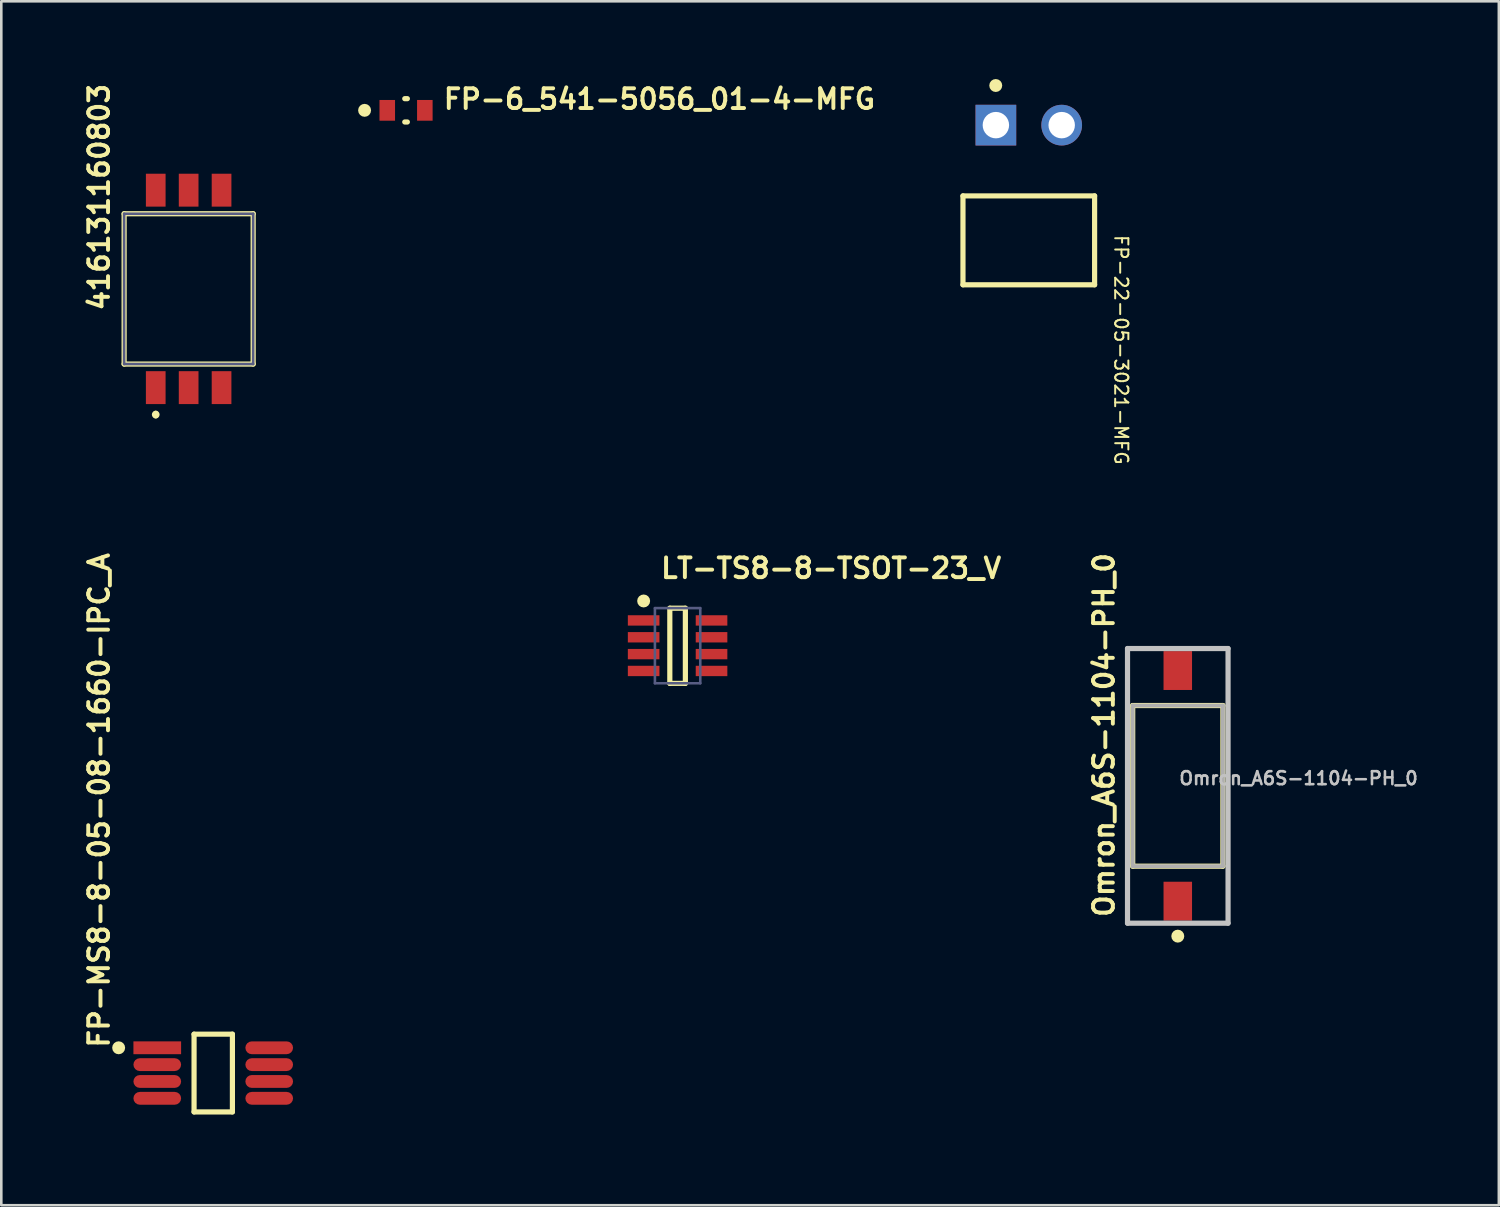
<source format=kicad_pcb>
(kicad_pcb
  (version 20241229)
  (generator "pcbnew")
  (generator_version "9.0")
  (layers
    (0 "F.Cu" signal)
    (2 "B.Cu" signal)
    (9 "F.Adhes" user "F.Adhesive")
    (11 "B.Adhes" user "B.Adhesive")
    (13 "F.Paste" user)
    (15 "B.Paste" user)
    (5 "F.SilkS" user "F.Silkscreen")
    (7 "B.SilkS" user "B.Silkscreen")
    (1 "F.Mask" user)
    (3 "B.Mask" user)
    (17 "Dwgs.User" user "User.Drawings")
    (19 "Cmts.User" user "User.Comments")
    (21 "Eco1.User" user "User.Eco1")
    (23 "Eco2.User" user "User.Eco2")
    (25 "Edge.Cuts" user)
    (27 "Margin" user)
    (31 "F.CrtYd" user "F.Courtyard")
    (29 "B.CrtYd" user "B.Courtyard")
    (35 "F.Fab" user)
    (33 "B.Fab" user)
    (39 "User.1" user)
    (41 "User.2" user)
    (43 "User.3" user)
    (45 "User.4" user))
  (footprint "416131160803"
    (layer "F.Cu")
    (at 4.23 8.099)
    (property "Reference" "416131160803" (at -3.01 0.915 90) (unlocked yes) (layer "F.SilkS") (effects (font (size 0.762 0.762) (thickness 0.152)) (justify left bottom)))
    (fp_line (start -2.49 -2.9) (end 2.49 -2.9) (stroke (width 0.2) (type solid)) (layer "F.SilkS"))
    (fp_line (start -2.49 2.9) (end -2.49 -2.9) (stroke (width 0.2) (type solid)) (layer "F.SilkS"))
    (fp_line (start -2.49 2.9) (end 2.49 2.9) (stroke (width 0.2) (type solid)) (layer "F.SilkS"))
    (fp_line (start 2.49 2.9) (end 2.49 -2.9) (stroke (width 0.2) (type solid)) (layer "F.SilkS"))
    (fp_arc (start -1.27 4.8) (mid -1.22 4.85) (end -1.27 4.9) (stroke (width 0.2) (type solid)) (layer "F.SilkS"))
    (fp_arc (start -1.27 4.9) (mid -1.32 4.85) (end -1.27 4.8) (stroke (width 0.2) (type solid)) (layer "F.SilkS"))
    (fp_line (start -3.49 -5.445) (end 3.49 -5.445) (stroke (width 0.1) (type solid)) (layer "Eco1.User"))
    (fp_line (start -3.49 5.445) (end -3.49 -5.445) (stroke (width 0.1) (type solid)) (layer "Eco1.User"))
    (fp_line (start -3.49 5.445) (end 3.49 5.445) (stroke (width 0.1) (type solid)) (layer "Eco1.User"))
    (fp_line (start 3.49 5.445) (end 3.49 -5.445) (stroke (width 0.1) (type solid)) (layer "Eco1.User"))
    (fp_line (start -2.49 -2.9) (end 2.49 -2.9) (stroke (width 0.1) (type solid)) (layer "B.Fab"))
    (fp_line (start -2.49 2.9) (end -2.49 -2.9) (stroke (width 0.1) (type solid)) (layer "B.Fab"))
    (fp_line (start -2.49 2.9) (end 2.49 2.9) (stroke (width 0.1) (type solid)) (layer "B.Fab"))
    (fp_line (start 2.49 2.9) (end 2.49 -2.9) (stroke (width 0.1) (type solid)) (layer "B.Fab"))
    (pad "1" smd rect (at -1.27 3.81 90) (size 1.27 0.76) (layers "F.Cu" "F.Mask" "F.Paste"))
    (pad "2" smd rect (at 0 3.81 90) (size 1.27 0.76) (layers "F.Cu" "F.Mask" "F.Paste"))
    (pad "3" smd rect (at 1.27 3.81 90) (size 1.27 0.76) (layers "F.Cu" "F.Mask" "F.Paste"))
    (pad "4" smd rect (at 1.27 -3.81 90) (size 1.27 0.76) (layers "F.Cu" "F.Mask" "F.Paste"))
    (pad "5" smd rect (at 0 -3.81 90) (size 1.27 0.76) (layers "F.Cu" "F.Mask" "F.Paste"))
    (pad "6" smd rect (at -1.27 -3.81 90) (size 1.27 0.76) (layers "F.Cu" "F.Mask" "F.Paste")))
  (footprint "LT-TS8-8-TSOT-23_V"
    (layer "F.Cu")
    (at 23.099 21.868)
    (property "Reference" "LT-TS8-8-TSOT-23_V" (at -0.726 -2.544 0) (unlocked yes) (layer "F.SilkS") (effects (font (size 0.762 0.762) (thickness 0.152)) (justify left bottom)))
    (fp_line (start -0.3 -1.446) (end 0.3 -1.446) (stroke (width 0.2) (type solid)) (layer "F.SilkS"))
    (fp_line (start -0.3 1.454) (end 0.3 1.454) (stroke (width 0.2) (type solid)) (layer "F.SilkS"))
    (fp_line (start -0.3 1.454) (end -0.3 -1.446) (stroke (width 0.2) (type solid)) (layer "F.SilkS"))
    (fp_line (start 0.3 1.454) (end 0.3 -1.446) (stroke (width 0.2) (type solid)) (layer "F.SilkS"))
    (fp_circle (center -1.31 -1.726) (end -1.31 -1.851) (stroke (width 0.25) (type solid)) (fill no) (layer "F.SilkS"))
    (fp_line (start -2.195 -1.775) (end -1.75 -1.775) (stroke (width 0.05) (type solid)) (layer "Eco1.User"))
    (fp_line (start -2.195 -1.55) (end -2.195 -1.775) (stroke (width 0.05) (type solid)) (layer "Eco1.User"))
    (fp_line (start -2.195 1.55) (end -2.195 -1.55) (stroke (width 0.05) (type solid)) (layer "Eco1.User"))
    (fp_line (start -2.195 1.775) (end -2.195 1.55) (stroke (width 0.05) (type solid)) (layer "Eco1.User"))
    (fp_line (start -2.195 1.775) (end -1.75 1.775) (stroke (width 0.05) (type solid)) (layer "Eco1.User"))
    (fp_line (start -1.75 -1.775) (end 1.75 -1.775) (stroke (width 0.05) (type solid)) (layer "Eco1.User"))
    (fp_line (start -1.75 1.775) (end 1.75 1.775) (stroke (width 0.05) (type solid)) (layer "Eco1.User"))
    (fp_line (start -0.501 0.004) (end 0.499 0.004) (stroke (width 0.1) (type solid)) (layer "Eco1.User"))
    (fp_line (start -0.001 0.504) (end -0.001 -0.496) (stroke (width 0.1) (type solid)) (layer "Eco1.User"))
    (fp_line (start 1.75 -1.775) (end 2.195 -1.775) (stroke (width 0.05) (type solid)) (layer "Eco1.User"))
    (fp_line (start 1.75 1.775) (end 2.195 1.775) (stroke (width 0.05) (type solid)) (layer "Eco1.User"))
    (fp_line (start 2.195 -1.55) (end 2.195 -1.775) (stroke (width 0.05) (type solid)) (layer "Eco1.User"))
    (fp_line (start 2.195 1.55) (end 2.195 -1.55) (stroke (width 0.05) (type solid)) (layer "Eco1.User"))
    (fp_line (start 2.195 1.775) (end 2.195 1.55) (stroke (width 0.05) (type solid)) (layer "Eco1.User"))
    (fp_line (start -0.875 -1.45) (end 0.875 -1.45) (stroke (width 0.1) (type solid)) (layer "B.Fab"))
    (fp_line (start -0.875 1.45) (end -0.875 -1.45) (stroke (width 0.1) (type solid)) (layer "B.Fab"))
    (fp_line (start -0.875 1.45) (end 0.875 1.45) (stroke (width 0.1) (type solid)) (layer "B.Fab"))
    (fp_line (start 0.875 1.45) (end 0.875 -1.45) (stroke (width 0.1) (type solid)) (layer "B.Fab"))
    (pad "1" smd rect (at -1.31 -0.975 90) (size 0.4 1.22) (layers "F.Cu" "F.Mask" "F.Paste"))
    (pad "2" smd rect (at -1.31 -0.325 90) (size 0.4 1.22) (layers "F.Cu" "F.Mask" "F.Paste"))
    (pad "3" smd rect (at -1.31 0.325 90) (size 0.4 1.22) (layers "F.Cu" "F.Mask" "F.Paste"))
    (pad "4" smd rect (at -1.31 0.975 90) (size 0.4 1.22) (layers "F.Cu" "F.Mask" "F.Paste"))
    (pad "5" smd rect (at 1.31 0.975 90) (size 0.4 1.22) (layers "F.Cu" "F.Mask" "F.Paste"))
    (pad "6" smd rect (at 1.31 0.325 90) (size 0.4 1.22) (layers "F.Cu" "F.Mask" "F.Paste"))
    (pad "7" smd rect (at 1.31 -0.325 90) (size 0.4 1.22) (layers "F.Cu" "F.Mask" "F.Paste"))
    (pad "8" smd rect (at 1.31 -0.975 90) (size 0.4 1.22) (layers "F.Cu" "F.Mask" "F.Paste")))
  (footprint "Omron_A6S-1104-PH_0"
    (layer "F.Cu")
    (at 42.402 27.277)
    (property "Reference" "Omron_A6S-1104-PH_0" (at -2.405 5.139 90) (unlocked yes) (layer "F.SilkS") (effects (font (size 0.762 0.762) (thickness 0.152)) (justify left bottom)))
    (fp_line (start -1.74 -3.1) (end -1.74 3.1) (stroke (width 0.2) (type solid)) (layer "F.SilkS"))
    (fp_line (start 1.74 -3.1) (end -1.74 -3.1) (stroke (width 0.2) (type solid)) (layer "F.SilkS"))
    (fp_line (start 1.74 -3.1) (end 1.74 3.1) (stroke (width 0.2) (type solid)) (layer "F.SilkS"))
    (fp_line (start 1.74 3.1) (end -1.74 3.1) (stroke (width 0.2) (type solid)) (layer "F.SilkS"))
    (fp_circle (center 0 5.8) (end 0 5.925) (stroke (width 0.25) (type solid)) (fill no) (layer "F.SilkS"))
    (fp_line (start -1.94 -5.3) (end -1.94 5.3) (stroke (width 0.2) (type solid)) (layer "Dwgs.User"))
    (fp_line (start 1.94 -5.3) (end -1.94 -5.3) (stroke (width 0.2) (type solid)) (layer "Dwgs.User"))
    (fp_line (start 1.94 -5.3) (end 1.94 5.3) (stroke (width 0.2) (type solid)) (layer "Dwgs.User"))
    (fp_line (start 1.94 5.3) (end -1.94 5.3) (stroke (width 0.2) (type solid)) (layer "Dwgs.User"))
    (fp_line (start -1.94 -5.3) (end -1.94 5.3) (stroke (width 0.2) (type solid)) (layer "Eco1.User"))
    (fp_line (start 0 -0.5) (end 0 0.5) (stroke (width 0.1) (type solid)) (layer "Eco1.User"))
    (fp_line (start 0.5 0) (end -0.5 0) (stroke (width 0.1) (type solid)) (layer "Eco1.User"))
    (fp_line (start 1.94 -5.3) (end -1.94 -5.3) (stroke (width 0.2) (type solid)) (layer "Eco1.User"))
    (fp_line (start 1.94 -5.3) (end 1.94 5.3) (stroke (width 0.2) (type solid)) (layer "Eco1.User"))
    (fp_line (start 1.94 5.3) (end -1.94 5.3) (stroke (width 0.2) (type solid)) (layer "Eco1.User"))
    (fp_line (start -1.74 -3.1) (end -1.74 3.1) (stroke (width 0.15) (type solid)) (layer "F.Fab"))
    (fp_line (start 1.74 -3.1) (end -1.74 -3.1) (stroke (width 0.15) (type solid)) (layer "F.Fab"))
    (fp_line (start 1.74 -3.1) (end 1.74 3.1) (stroke (width 0.15) (type solid)) (layer "F.Fab"))
    (fp_line (start 1.74 3.1) (end -1.74 3.1) (stroke (width 0.15) (type solid)) (layer "F.Fab"))
    (fp_text user "${REFERENCE}" (at 0 0 0) (unlocked yes) (layer "Dwgs.User") (effects (font (size 0.5 0.5) (thickness 0.1)) (justify left bottom)))
    (pad "1" smd rect (at 0 4.45) (size 1.1 1.5) (layers "F.Cu" "F.Mask" "F.Paste"))
    (pad "2" smd rect (at 0 -4.45) (size 1.1 1.5) (layers "F.Cu" "F.Mask" "F.Paste")))
  (footprint "FP-MS8-8-05-08-1660-IPC_A"
    (layer "F.Cu")
    (at 5.179 38.36)
    (property "Reference" "FP-MS8-8-05-08-1660-IPC_A" (at -3.96 -0.9 90) (unlocked yes) (layer "F.SilkS") (effects (font (size 0.762 0.762) (thickness 0.152)) (justify left bottom)))
    (fp_line (start -0.74 1.5) (end -0.74 -1.5) (stroke (width 0.2) (type solid)) (layer "F.SilkS"))
    (fp_line (start 0.74 -1.5) (end -0.74 -1.5) (stroke (width 0.2) (type solid)) (layer "F.SilkS"))
    (fp_line (start 0.74 1.5) (end -0.74 1.5) (stroke (width 0.2) (type solid)) (layer "F.SilkS"))
    (fp_line (start 0.74 1.5) (end 0.74 -1.5) (stroke (width 0.2) (type solid)) (layer "F.SilkS"))
    (fp_circle (center -3.65 -0.975) (end -3.775 -0.975) (stroke (width 0.25) (type solid)) (fill no) (layer "F.SilkS"))
    (fp_line (start -1.5 1.5) (end -1.5 -1.5) (stroke (width 0.2) (type solid)) (layer "User.2"))
    (fp_line (start 1.5 -1.5) (end -1.5 -1.5) (stroke (width 0.2) (type solid)) (layer "User.2"))
    (fp_line (start 1.5 1.5) (end -1.5 1.5) (stroke (width 0.2) (type solid)) (layer "User.2"))
    (fp_line (start 1.5 1.5) (end 1.5 -1.5) (stroke (width 0.2) (type solid)) (layer "User.2"))
    (fp_line (start -3.58 2) (end -3.58 -2) (stroke (width 0.2) (type solid)) (layer "User.4"))
    (fp_line (start 3.58 -2) (end -3.58 -2) (stroke (width 0.2) (type solid)) (layer "User.4"))
    (fp_line (start 3.58 2) (end -3.58 2) (stroke (width 0.2) (type solid)) (layer "User.4"))
    (fp_line (start 3.58 2) (end 3.58 -2) (stroke (width 0.2) (type solid)) (layer "User.4"))
    (fp_line (start -3.58 2) (end -3.58 -2) (stroke (width 0.2) (type solid)) (layer "User.6"))
    (fp_line (start 3.58 -2) (end -3.58 -2) (stroke (width 0.2) (type solid)) (layer "User.6"))
    (fp_line (start 3.58 2) (end -3.58 2) (stroke (width 0.2) (type solid)) (layer "User.6"))
    (fp_line (start 3.58 2) (end 3.58 -2) (stroke (width 0.2) (type solid)) (layer "User.6"))
    (fp_line (start 0 0.5) (end 0 -0.5) (stroke (width 0.1) (type solid)) (layer "User.8"))
    (fp_line (start 0.5 0) (end -0.5 0) (stroke (width 0.1) (type solid)) (layer "User.8"))
    (fp_text user "${REFERENCE}" (at -0.00002 -0.011 0) (unlocked yes) (layer "User.6") (effects (font (size 0.5 0.5) (thickness 0.1)) (justify left bottom)))
    (pad "1" smd rect (at -2.16 -0.975) (size 1.84 0.495) (layers "F.Cu" "F.Mask" "F.Paste"))
    (pad "2" smd roundrect (at -2.16 -0.325) (size 1.84 0.495) (layers "F.Cu" "F.Mask" "F.Paste") (roundrect_rratio 0.5))
    (pad "3" smd roundrect (at -2.16 0.325) (size 1.84 0.495) (layers "F.Cu" "F.Mask" "F.Paste") (roundrect_rratio 0.5))
    (pad "4" smd roundrect (at -2.16 0.975) (size 1.84 0.495) (layers "F.Cu" "F.Mask" "F.Paste") (roundrect_rratio 0.5))
    (pad "5" smd roundrect (at 2.16 0.975) (size 1.84 0.495) (layers "F.Cu" "F.Mask" "F.Paste") (roundrect_rratio 0.5))
    (pad "6" smd roundrect (at 2.16 0.325) (size 1.84 0.495) (layers "F.Cu" "F.Mask" "F.Paste") (roundrect_rratio 0.5))
    (pad "7" smd roundrect (at 2.16 -0.325) (size 1.84 0.495) (layers "F.Cu" "F.Mask" "F.Paste") (roundrect_rratio 0.5))
    (pad "8" smd roundrect (at 2.16 -0.975) (size 1.84 0.495) (layers "F.Cu" "F.Mask" "F.Paste") (roundrect_rratio 0.5)))
  (footprint "FP-6_541-5056_01-4-MFG"
    (layer "F.Cu")
    (at 12.62 1.208)
    (property "Reference" "FP-6_541-5056_01-4-MFG" (at 1.368 0.012 0) (unlocked yes) (layer "F.SilkS") (effects (font (size 0.762 0.762) (thickness 0.152)) (justify left bottom)))
    (fp_line (start -0.05 -0.45) (end 0.05 -0.45) (stroke (width 0.2) (type solid)) (layer "F.SilkS"))
    (fp_line (start -0.05 0.45) (end 0.05 0.45) (stroke (width 0.2) (type solid)) (layer "F.SilkS"))
    (fp_circle (center -1.6 0) (end -1.6 -0.125) (stroke (width 0.25) (type solid)) (fill no) (layer "F.SilkS"))
    (fp_line (start -0.85 -0.45) (end 0.85 -0.45) (stroke (width 0.2) (type solid)) (layer "User.2"))
    (fp_line (start -0.85 0.45) (end -0.85 -0.45) (stroke (width 0.2) (type solid)) (layer "User.2"))
    (fp_line (start -0.85 0.45) (end 0.85 0.45) (stroke (width 0.2) (type solid)) (layer "User.2"))
    (fp_line (start 0.85 0.45) (end 0.85 -0.45) (stroke (width 0.2) (type solid)) (layer "User.2"))
    (fp_line (start -1.125 -0.55) (end 1.125 -0.55) (stroke (width 0.2) (type solid)) (layer "User.4"))
    (fp_line (start -1.125 0.55) (end -1.125 -0.55) (stroke (width 0.2) (type solid)) (layer "User.4"))
    (fp_line (start -1.125 0.55) (end 1.125 0.55) (stroke (width 0.2) (type solid)) (layer "User.4"))
    (fp_line (start 1.125 0.55) (end 1.125 -0.55) (stroke (width 0.2) (type solid)) (layer "User.4"))
    (fp_line (start -1.125 -0.55) (end 1.125 -0.55) (stroke (width 0.2) (type solid)) (layer "User.6"))
    (fp_line (start -1.125 0.55) (end -1.125 -0.55) (stroke (width 0.2) (type solid)) (layer "User.6"))
    (fp_line (start -1.125 0.55) (end 1.125 0.55) (stroke (width 0.2) (type solid)) (layer "User.6"))
    (fp_line (start 1.125 0.55) (end 1.125 -0.55) (stroke (width 0.2) (type solid)) (layer "User.6"))
    (fp_line (start -0.5 0) (end 0.5 0) (stroke (width 0.1) (type solid)) (layer "User.8"))
    (fp_line (start 0 0.5) (end 0 -0.5) (stroke (width 0.1) (type solid)) (layer "User.8"))
    (fp_text user "${REFERENCE}" (at 0 0.188 0) (unlocked yes) (layer "User.6") (effects (font (size 0.5 0.5) (thickness 0.1)) (justify left bottom)))
    (pad "1" smd rect (at -0.725 0) (size 0.6 0.8) (layers "F.Cu" "F.Mask" "F.Paste"))
    (pad "2" smd rect (at 0.725 0) (size 0.6 0.8) (layers "F.Cu" "F.Mask" "F.Paste")))
  (footprint "FP-22-05-3021-MFG"
    (layer "F.Cu")
    (at 36.652 6.1)
    (property "Reference" "FP-22-05-3021-MFG" (at 3.268 -0.127 270) (unlocked yes) (layer "F.SilkS") (effects (font (size 0.508 0.508) (thickness 0.076)) (justify left bottom)))
    (fp_line (start -2.54 -1.59) (end -2.54 1.84) (stroke (width 0.2) (type solid)) (layer "F.SilkS"))
    (fp_line (start 2.54 -1.59) (end -2.54 -1.59) (stroke (width 0.2) (type solid)) (layer "F.SilkS"))
    (fp_line (start 2.54 -1.59) (end 2.54 1.84) (stroke (width 0.2) (type solid)) (layer "F.SilkS"))
    (fp_line (start 2.54 1.84) (end -2.54 1.84) (stroke (width 0.2) (type solid)) (layer "F.SilkS"))
    (fp_circle (center -1.275 -5.85) (end -1.275 -5.725) (stroke (width 0.25) (type solid)) (fill no) (layer "F.SilkS"))
    (fp_line (start -2.54 -1.59) (end -2.54 1.84) (stroke (width 0.2) (type solid)) (layer "User.2"))
    (fp_line (start 2.54 -1.59) (end -2.54 -1.59) (stroke (width 0.2) (type solid)) (layer "User.2"))
    (fp_line (start 2.54 -1.59) (end 2.54 1.84) (stroke (width 0.2) (type solid)) (layer "User.2"))
    (fp_line (start 2.54 1.84) (end -2.54 1.84) (stroke (width 0.2) (type solid)) (layer "User.2"))
    (fp_line (start -2.64 -5.206) (end -2.64 8.905) (stroke (width 0.2) (type solid)) (layer "User.4"))
    (fp_line (start 2.64 -5.206) (end -2.64 -5.206) (stroke (width 0.2) (type solid)) (layer "User.4"))
    (fp_line (start 2.64 -5.206) (end 2.64 8.905) (stroke (width 0.2) (type solid)) (layer "User.4"))
    (fp_line (start 2.64 8.905) (end -2.64 8.905) (stroke (width 0.2) (type solid)) (layer "User.4"))
    (fp_line (start -2.64 -5.206) (end -2.64 8.905) (stroke (width 0.2) (type solid)) (layer "User.6"))
    (fp_line (start 2.64 -5.206) (end -2.64 -5.206) (stroke (width 0.2) (type solid)) (layer "User.6"))
    (fp_line (start 2.64 -5.206) (end 2.64 8.905) (stroke (width 0.2) (type solid)) (layer "User.6"))
    (fp_line (start 2.64 8.905) (end -2.64 8.905) (stroke (width 0.2) (type solid)) (layer "User.6"))
    (fp_line (start 0 -0.5) (end 0 0.5) (stroke (width 0.1) (type solid)) (layer "User.8"))
    (fp_line (start 0.5 0) (end -0.5 0) (stroke (width 0.1) (type solid)) (layer "User.8"))
    (fp_text user "${REFERENCE}" (at -0.002 1.839 0) (unlocked yes) (layer "User.6") (effects (font (size 0.5 0.5) (thickness 0.1)) (justify left bottom)))
    (pad "1" thru_hole rect (at -1.27 -4.321) (size 1.57 1.57) (drill 1.02) (layers "*.Cu" "*.Mask"))
    (pad "2" thru_hole circle (at 1.27 -4.321) (size 1.57 1.57) (drill 1.02) (layers "*.Cu" "*.Mask")))
  (gr_rect
    (start -3 -3)
    (end 54.792 43.46)
    (stroke (width 0.1) (type default))
    (fill no)
    (layer "Edge.Cuts")))
</source>
